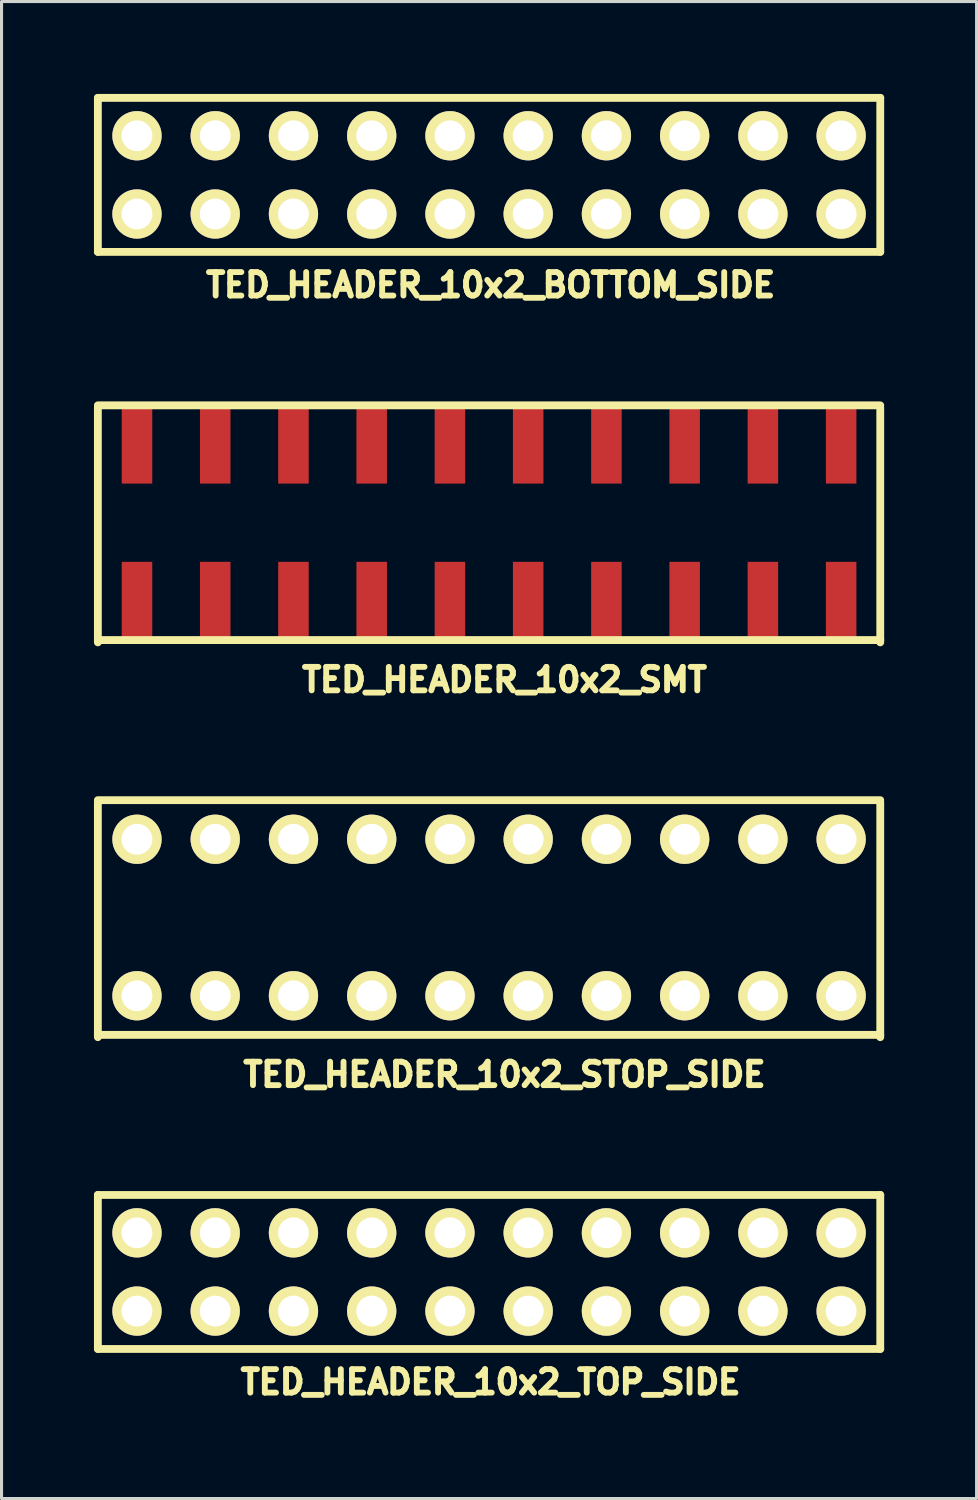
<source format=kicad_pcb>
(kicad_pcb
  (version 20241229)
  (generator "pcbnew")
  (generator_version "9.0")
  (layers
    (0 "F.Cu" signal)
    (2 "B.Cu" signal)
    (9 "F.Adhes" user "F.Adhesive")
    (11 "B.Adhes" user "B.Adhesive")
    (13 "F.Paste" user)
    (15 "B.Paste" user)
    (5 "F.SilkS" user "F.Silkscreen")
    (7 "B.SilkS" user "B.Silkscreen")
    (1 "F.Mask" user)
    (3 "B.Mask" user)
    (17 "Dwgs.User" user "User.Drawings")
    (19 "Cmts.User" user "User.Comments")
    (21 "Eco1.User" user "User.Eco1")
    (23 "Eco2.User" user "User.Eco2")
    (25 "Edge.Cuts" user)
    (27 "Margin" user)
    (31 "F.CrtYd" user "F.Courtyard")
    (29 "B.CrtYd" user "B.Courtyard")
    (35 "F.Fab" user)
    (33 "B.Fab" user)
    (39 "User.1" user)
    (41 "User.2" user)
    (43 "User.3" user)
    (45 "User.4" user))
  (footprint "TED_HEADER_10x2_SMT"
    (layer "F.Cu")
    (at 12.827 13.919)
    (property "Reference" "TED_HEADER_10x2_SMT" (at 0.5 5.1 0) (layer "F.SilkS") (effects (font (size 0.762 0.762) (thickness 0.191))))
    (attr through_hole)
    (fp_line (start -12.7 3.885) (end -12.7 -3.735) (stroke (width 0.254) (type solid)) (layer "F.SilkS"))
    (fp_line (start 12.7 -3.81) (end -12.7 -3.81) (stroke (width 0.254) (type solid)) (layer "F.SilkS"))
    (fp_line (start 12.7 -3.735) (end 12.7 3.885) (stroke (width 0.254) (type solid)) (layer "F.SilkS"))
    (fp_line (start 12.7 3.81) (end -12.7 3.81) (stroke (width 0.254) (type solid)) (layer "F.SilkS"))
    (pad "1" smd rect (at -11.43 2.54) (size 0.991 2.54) (layers "F.Cu" "F.Mask" "F.Paste"))
    (pad "2" smd rect (at -8.89 2.54) (size 0.991 2.54) (layers "F.Cu" "F.Mask" "F.Paste"))
    (pad "3" smd rect (at -6.35 2.54) (size 0.991 2.54) (layers "F.Cu" "F.Mask" "F.Paste"))
    (pad "4" smd rect (at -3.81 2.54) (size 0.991 2.54) (layers "F.Cu" "F.Mask" "F.Paste"))
    (pad "5" smd rect (at -1.27 2.54) (size 0.991 2.54) (layers "F.Cu" "F.Mask" "F.Paste"))
    (pad "6" smd rect (at 1.27 2.54) (size 0.991 2.54) (layers "F.Cu" "F.Mask" "F.Paste"))
    (pad "7" smd rect (at 3.81 2.54) (size 0.991 2.54) (layers "F.Cu" "F.Mask" "F.Paste"))
    (pad "8" smd rect (at 6.35 2.54) (size 0.991 2.54) (layers "F.Cu" "F.Mask" "F.Paste"))
    (pad "9" smd rect (at 8.89 2.54) (size 0.991 2.54) (layers "F.Cu" "F.Mask" "F.Paste"))
    (pad "10" smd rect (at 11.43 2.54) (size 0.991 2.54) (layers "F.Cu" "F.Mask" "F.Paste"))
    (pad "11" smd rect (at 11.43 -2.54) (size 0.991 2.54) (layers "F.Cu" "F.Mask" "F.Paste"))
    (pad "12" smd rect (at 8.89 -2.54) (size 0.991 2.54) (layers "F.Cu" "F.Mask" "F.Paste"))
    (pad "13" smd rect (at 6.35 -2.54) (size 0.991 2.54) (layers "F.Cu" "F.Mask" "F.Paste"))
    (pad "14" smd rect (at 3.81 -2.54) (size 0.991 2.54) (layers "F.Cu" "F.Mask" "F.Paste"))
    (pad "15" smd rect (at 1.27 -2.54) (size 0.991 2.54) (layers "F.Cu" "F.Mask" "F.Paste"))
    (pad "16" smd rect (at -1.27 -2.54) (size 0.991 2.54) (layers "F.Cu" "F.Mask" "F.Paste"))
    (pad "17" smd rect (at -3.81 -2.54) (size 0.991 2.54) (layers "F.Cu" "F.Mask" "F.Paste"))
    (pad "18" smd rect (at -6.35 -2.54) (size 0.991 2.54) (layers "F.Cu" "F.Mask" "F.Paste"))
    (pad "19" smd rect (at -8.89 -2.54) (size 0.991 2.54) (layers "F.Cu" "F.Mask" "F.Paste"))
    (pad "20" smd rect (at -11.43 -2.54) (size 0.991 2.54) (layers "F.Cu" "F.Mask" "F.Paste")))
  (footprint "TED_HEADER_10x2_TOP_SIDE"
    (layer "F.Cu")
    (at 12.827 38.243)
    (property "Reference" "TED_HEADER_10x2_TOP_SIDE" (at 0.05 3.575 0) (layer "F.SilkS") (effects (font (size 0.762 0.762) (thickness 0.191))))
    (attr through_hole)
    (fp_line (start -12.7 2.5) (end -12.7 -2.5) (stroke (width 0.254) (type solid)) (layer "F.SilkS"))
    (fp_line (start 12.7 -2.5) (end -12.7 -2.5) (stroke (width 0.254) (type solid)) (layer "F.SilkS"))
    (fp_line (start 12.7 -2.5) (end 12.7 2.5) (stroke (width 0.254) (type solid)) (layer "F.SilkS"))
    (fp_line (start 12.7 2.5) (end -12.7 2.5) (stroke (width 0.254) (type solid)) (layer "F.SilkS"))
    (pad "1" thru_hole circle (at -11.43 1.27) (size 1.6 1.6) (drill 1) (layers "*.Mask" "B.Cu" "F.SilkS"))
    (pad "2" thru_hole circle (at -8.89 1.27) (size 1.6 1.6) (drill 1) (layers "*.Mask" "B.Cu" "F.SilkS"))
    (pad "3" thru_hole circle (at -6.35 1.27) (size 1.6 1.6) (drill 1) (layers "*.Mask" "B.Cu" "F.SilkS"))
    (pad "4" thru_hole circle (at -3.81 1.27) (size 1.6 1.6) (drill 1) (layers "*.Mask" "B.Cu" "F.SilkS"))
    (pad "5" thru_hole circle (at -1.27 1.27) (size 1.6 1.6) (drill 1) (layers "*.Mask" "B.Cu" "F.SilkS"))
    (pad "6" thru_hole circle (at 1.27 1.27) (size 1.6 1.6) (drill 1) (layers "*.Mask" "B.Cu" "F.SilkS"))
    (pad "7" thru_hole circle (at 3.81 1.27) (size 1.6 1.6) (drill 1) (layers "*.Mask" "B.Cu" "F.SilkS"))
    (pad "8" thru_hole circle (at 6.35 1.27) (size 1.6 1.6) (drill 1) (layers "*.Mask" "B.Cu" "F.SilkS"))
    (pad "9" thru_hole circle (at 8.89 1.27) (size 1.6 1.6) (drill 1) (layers "*.Mask" "B.Cu" "F.SilkS"))
    (pad "10" thru_hole circle (at 11.43 1.27) (size 1.6 1.6) (drill 1) (layers "*.Mask" "B.Cu" "F.SilkS"))
    (pad "11" thru_hole circle (at 11.43 -1.27) (size 1.6 1.6) (drill 1) (layers "*.Mask" "B.Cu" "F.SilkS"))
    (pad "12" thru_hole circle (at 8.89 -1.27) (size 1.6 1.6) (drill 1) (layers "*.Mask" "B.Cu" "F.SilkS"))
    (pad "13" thru_hole circle (at 6.35 -1.27) (size 1.6 1.6) (drill 1) (layers "*.Mask" "B.Cu" "F.SilkS"))
    (pad "14" thru_hole circle (at 3.81 -1.27) (size 1.6 1.6) (drill 1) (layers "*.Mask" "B.Cu" "F.SilkS"))
    (pad "15" thru_hole circle (at 1.27 -1.27) (size 1.6 1.6) (drill 1) (layers "*.Mask" "B.Cu" "F.SilkS"))
    (pad "16" thru_hole circle (at -1.27 -1.27) (size 1.6 1.6) (drill 1) (layers "*.Mask" "B.Cu" "F.SilkS"))
    (pad "17" thru_hole circle (at -3.81 -1.27) (size 1.6 1.6) (drill 1) (layers "*.Mask" "B.Cu" "F.SilkS"))
    (pad "18" thru_hole circle (at -6.35 -1.27) (size 1.6 1.6) (drill 1) (layers "*.Mask" "B.Cu" "F.SilkS"))
    (pad "19" thru_hole circle (at -8.89 -1.27) (size 1.6 1.6) (drill 1) (layers "*.Mask" "B.Cu" "F.SilkS"))
    (pad "20" thru_hole circle (at -11.43 -1.27) (size 1.6 1.6) (drill 1) (layers "*.Mask" "B.Cu" "F.SilkS")))
  (footprint "TED_HEADER_10x2_BOTTOM_SIDE"
    (layer "F.Cu")
    (at 12.827 2.627)
    (property "Reference" "TED_HEADER_10x2_BOTTOM_SIDE" (at 0.05 3.575 0) (layer "F.SilkS") (effects (font (size 0.762 0.762) (thickness 0.191))))
    (attr through_hole)
    (fp_line (start -12.7 2.5) (end -12.7 -2.5) (stroke (width 0.254) (type solid)) (layer "F.SilkS"))
    (fp_line (start 12.7 -2.5) (end -12.7 -2.5) (stroke (width 0.254) (type solid)) (layer "F.SilkS"))
    (fp_line (start 12.7 -2.5) (end 12.7 2.5) (stroke (width 0.254) (type solid)) (layer "F.SilkS"))
    (fp_line (start 12.7 2.5) (end -12.7 2.5) (stroke (width 0.254) (type solid)) (layer "F.SilkS"))
    (pad "1" thru_hole circle (at -11.43 1.27) (size 1.6 1.6) (drill 1) (layers "*.Mask" "F.Cu" "F.SilkS"))
    (pad "2" thru_hole circle (at -8.89 1.27) (size 1.6 1.6) (drill 1) (layers "*.Mask" "F.Cu" "F.SilkS"))
    (pad "3" thru_hole circle (at -6.35 1.27) (size 1.6 1.6) (drill 1) (layers "*.Mask" "F.Cu" "F.SilkS"))
    (pad "4" thru_hole circle (at -3.81 1.27) (size 1.6 1.6) (drill 1) (layers "*.Mask" "F.Cu" "F.SilkS"))
    (pad "5" thru_hole circle (at -1.27 1.27) (size 1.6 1.6) (drill 1) (layers "*.Mask" "F.Cu" "F.SilkS"))
    (pad "6" thru_hole circle (at 1.27 1.27) (size 1.6 1.6) (drill 1) (layers "*.Mask" "F.Cu" "F.SilkS"))
    (pad "7" thru_hole circle (at 3.81 1.27) (size 1.6 1.6) (drill 1) (layers "*.Mask" "F.Cu" "F.SilkS"))
    (pad "8" thru_hole circle (at 6.35 1.27) (size 1.6 1.6) (drill 1) (layers "*.Mask" "F.Cu" "F.SilkS"))
    (pad "9" thru_hole circle (at 8.89 1.27) (size 1.6 1.6) (drill 1) (layers "*.Mask" "F.Cu" "F.SilkS"))
    (pad "10" thru_hole circle (at 11.43 1.27) (size 1.6 1.6) (drill 1) (layers "*.Mask" "F.Cu" "F.SilkS"))
    (pad "11" thru_hole circle (at 11.43 -1.27) (size 1.6 1.6) (drill 1) (layers "*.Mask" "F.Cu" "F.SilkS"))
    (pad "12" thru_hole circle (at 8.89 -1.27) (size 1.6 1.6) (drill 1) (layers "*.Mask" "F.Cu" "F.SilkS"))
    (pad "13" thru_hole circle (at 6.35 -1.27) (size 1.6 1.6) (drill 1) (layers "*.Mask" "F.Cu" "F.SilkS"))
    (pad "14" thru_hole circle (at 3.81 -1.27) (size 1.6 1.6) (drill 1) (layers "*.Mask" "F.Cu" "F.SilkS"))
    (pad "15" thru_hole circle (at 1.27 -1.27) (size 1.6 1.6) (drill 1) (layers "*.Mask" "F.Cu" "F.SilkS"))
    (pad "16" thru_hole circle (at -1.27 -1.27) (size 1.6 1.6) (drill 1) (layers "*.Mask" "F.Cu" "F.SilkS"))
    (pad "17" thru_hole circle (at -3.81 -1.27) (size 1.6 1.6) (drill 1) (layers "*.Mask" "F.Cu" "F.SilkS"))
    (pad "18" thru_hole circle (at -6.35 -1.27) (size 1.6 1.6) (drill 1) (layers "*.Mask" "F.Cu" "F.SilkS"))
    (pad "19" thru_hole circle (at -8.89 -1.27) (size 1.6 1.6) (drill 1) (layers "*.Mask" "F.Cu" "F.SilkS"))
    (pad "20" thru_hole circle (at -11.43 -1.27) (size 1.6 1.6) (drill 1) (layers "*.Mask" "F.Cu" "F.SilkS")))
  (footprint "TED_HEADER_10x2_STOP_SIDE"
    (layer "F.Cu")
    (at 12.827 26.736)
    (property "Reference" "TED_HEADER_10x2_STOP_SIDE" (at 0.5 5.1 0) (layer "F.SilkS") (effects (font (size 0.762 0.762) (thickness 0.191))))
    (attr through_hole)
    (fp_line (start -12.7 3.885) (end -12.7 -3.735) (stroke (width 0.254) (type solid)) (layer "F.SilkS"))
    (fp_line (start 12.7 -3.81) (end -12.7 -3.81) (stroke (width 0.254) (type solid)) (layer "F.SilkS"))
    (fp_line (start 12.7 -3.735) (end 12.7 3.885) (stroke (width 0.254) (type solid)) (layer "F.SilkS"))
    (fp_line (start 12.7 3.81) (end -12.7 3.81) (stroke (width 0.254) (type solid)) (layer "F.SilkS"))
    (pad "1" thru_hole circle (at -11.43 2.54) (size 1.6 1.6) (drill 1) (layers "*.Mask" "B.Cu" "F.SilkS"))
    (pad "2" thru_hole circle (at -8.89 2.54) (size 1.6 1.6) (drill 1) (layers "*.Mask" "B.Cu" "F.SilkS"))
    (pad "3" thru_hole circle (at -6.35 2.54) (size 1.6 1.6) (drill 1) (layers "*.Mask" "B.Cu" "F.SilkS"))
    (pad "4" thru_hole circle (at -3.81 2.54) (size 1.6 1.6) (drill 1) (layers "*.Mask" "B.Cu" "F.SilkS"))
    (pad "5" thru_hole circle (at -1.27 2.54) (size 1.6 1.6) (drill 1) (layers "*.Mask" "B.Cu" "F.SilkS"))
    (pad "6" thru_hole circle (at 1.27 2.54) (size 1.6 1.6) (drill 1) (layers "*.Mask" "B.Cu" "F.SilkS"))
    (pad "7" thru_hole circle (at 3.81 2.54) (size 1.6 1.6) (drill 1) (layers "*.Mask" "B.Cu" "F.SilkS"))
    (pad "8" thru_hole circle (at 6.35 2.54) (size 1.6 1.6) (drill 1) (layers "*.Mask" "B.Cu" "F.SilkS"))
    (pad "9" thru_hole circle (at 8.89 2.54) (size 1.6 1.6) (drill 1) (layers "*.Mask" "B.Cu" "F.SilkS"))
    (pad "10" thru_hole circle (at 11.43 2.54) (size 1.6 1.6) (drill 1) (layers "*.Mask" "B.Cu" "F.SilkS"))
    (pad "11" thru_hole circle (at 11.43 -2.54) (size 1.6 1.6) (drill 1) (layers "*.Mask" "B.Cu" "F.SilkS"))
    (pad "12" thru_hole circle (at 8.89 -2.54) (size 1.6 1.6) (drill 1) (layers "*.Mask" "B.Cu" "F.SilkS"))
    (pad "13" thru_hole circle (at 6.35 -2.54) (size 1.6 1.6) (drill 1) (layers "*.Mask" "B.Cu" "F.SilkS"))
    (pad "14" thru_hole circle (at 3.81 -2.54) (size 1.6 1.6) (drill 1) (layers "*.Mask" "B.Cu" "F.SilkS"))
    (pad "15" thru_hole circle (at 1.27 -2.54) (size 1.6 1.6) (drill 1) (layers "*.Mask" "B.Cu" "F.SilkS"))
    (pad "16" thru_hole circle (at -1.27 -2.54) (size 1.6 1.6) (drill 1) (layers "*.Mask" "B.Cu" "F.SilkS"))
    (pad "17" thru_hole circle (at -3.81 -2.54) (size 1.6 1.6) (drill 1) (layers "*.Mask" "B.Cu" "F.SilkS"))
    (pad "18" thru_hole circle (at -6.35 -2.54) (size 1.6 1.6) (drill 1) (layers "*.Mask" "B.Cu" "F.SilkS"))
    (pad "19" thru_hole circle (at -8.89 -2.54) (size 1.6 1.6) (drill 1) (layers "*.Mask" "B.Cu" "F.SilkS"))
    (pad "20" thru_hole circle (at -11.43 -2.54) (size 1.6 1.6) (drill 1) (layers "*.Mask" "B.Cu" "F.SilkS")))
  (gr_rect
    (start -3 -3)
    (end 28.654 45.598)
    (stroke (width 0.1) (type default))
    (fill no)
    (layer "Edge.Cuts")))
</source>
